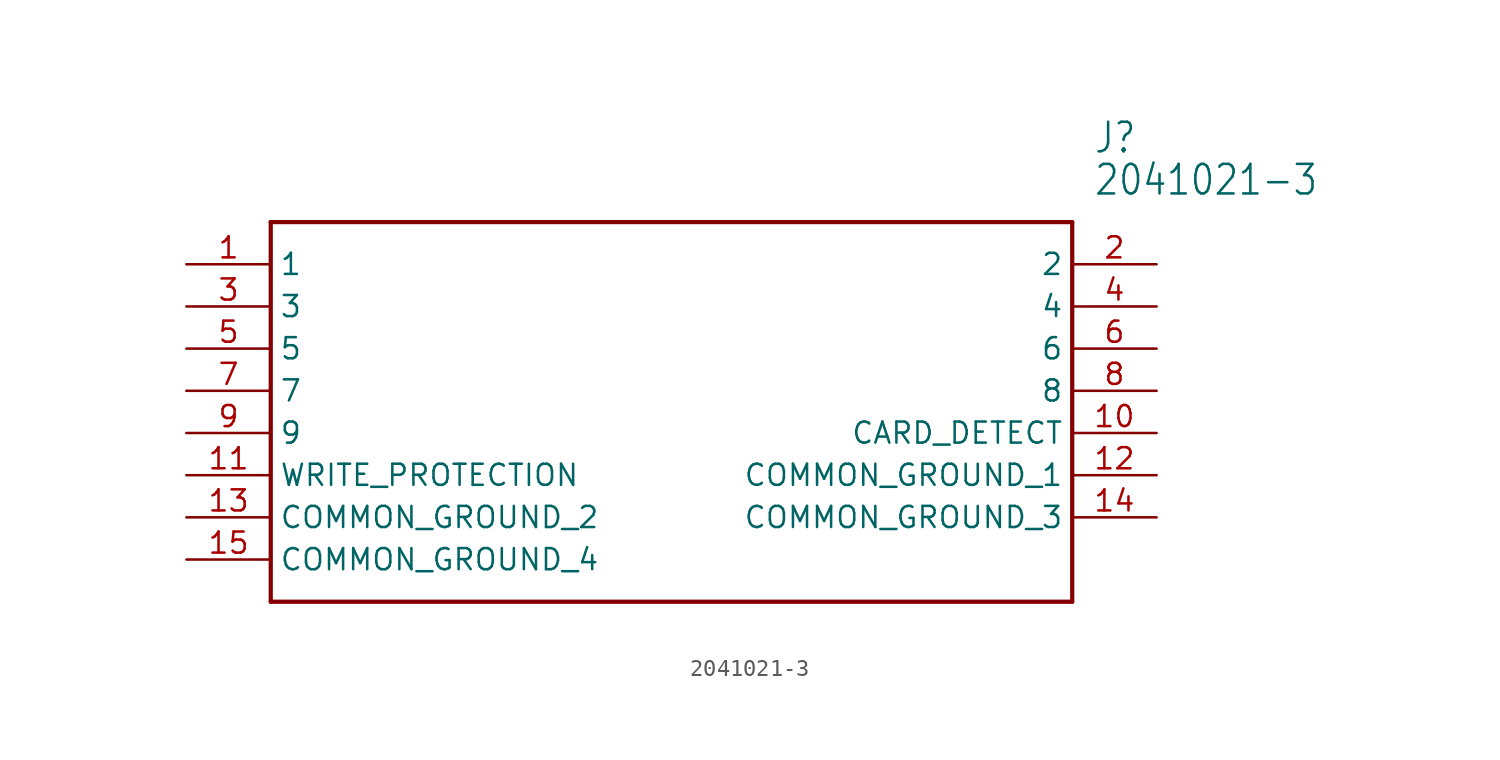
<source format=kicad_sym>
(kicad_symbol_lib
  (version 20211014)
  (generator kicad_symbol_editor)
  (symbol "2041021-3"
    (property "Reference" "J"
      (at 54.61 7.62 0)
      (effects (font (size 1.778 1.511)) (justify left)))
    (property "Value" "2041021-3"
      (at 54.61 5.08 0)
      (effects (font (size 1.778 1.511)) (justify left)))
    (property "ki_locked" ""
      (at 0 0 0)
      (effects (font (size 1.27 1.27))))
    (symbol "2041021-3_1_0"
      (polyline (pts (xy 5.08 2.54) (xy 5.08 -20.32)) (stroke (width 0.254) (type default) (color 0 0 0 0)) (fill (type none)))
      (polyline (pts (xy 5.08 2.54) (xy 53.34 2.54)) (stroke (width 0.254) (type default) (color 0 0 0 0)) (fill (type none)))
      (polyline (pts (xy 53.34 -20.32) (xy 5.08 -20.32)) (stroke (width 0.254) (type default) (color 0 0 0 0)) (fill (type none)))
      (polyline (pts (xy 53.34 -20.32) (xy 53.34 2.54)) (stroke (width 0.254) (type default) (color 0 0 0 0)) (fill (type none)))
      (pin bidirectional line (at 0 0 0) (length 5.08) (name "1" (effects (font (size 1.27 1.27)))) (number "1" (effects (font (size 1.27 1.27)))))
      (pin bidirectional line (at 58.42 -10.16 180) (length 5.08) (name "CARD_DETECT" (effects (font (size 1.27 1.27)))) (number "10" (effects (font (size 1.27 1.27)))))
      (pin bidirectional line (at 0 -12.7 0) (length 5.08) (name "WRITE_PROTECTION" (effects (font (size 1.27 1.27)))) (number "11" (effects (font (size 1.27 1.27)))))
      (pin bidirectional line (at 58.42 -12.7 180) (length 5.08) (name "COMMON_GROUND_1" (effects (font (size 1.27 1.27)))) (number "12" (effects (font (size 1.27 1.27)))))
      (pin bidirectional line (at 0 -15.24 0) (length 5.08) (name "COMMON_GROUND_2" (effects (font (size 1.27 1.27)))) (number "13" (effects (font (size 1.27 1.27)))))
      (pin bidirectional line (at 58.42 -15.24 180) (length 5.08) (name "COMMON_GROUND_3" (effects (font (size 1.27 1.27)))) (number "14" (effects (font (size 1.27 1.27)))))
      (pin bidirectional line (at 0 -17.78 0) (length 5.08) (name "COMMON_GROUND_4" (effects (font (size 1.27 1.27)))) (number "15" (effects (font (size 1.27 1.27)))))
      (pin bidirectional line (at 58.42 0 180) (length 5.08) (name "2" (effects (font (size 1.27 1.27)))) (number "2" (effects (font (size 1.27 1.27)))))
      (pin bidirectional line (at 0 -2.54 0) (length 5.08) (name "3" (effects (font (size 1.27 1.27)))) (number "3" (effects (font (size 1.27 1.27)))))
      (pin bidirectional line (at 58.42 -2.54 180) (length 5.08) (name "4" (effects (font (size 1.27 1.27)))) (number "4" (effects (font (size 1.27 1.27)))))
      (pin bidirectional line (at 0 -5.08 0) (length 5.08) (name "5" (effects (font (size 1.27 1.27)))) (number "5" (effects (font (size 1.27 1.27)))))
      (pin bidirectional line (at 58.42 -5.08 180) (length 5.08) (name "6" (effects (font (size 1.27 1.27)))) (number "6" (effects (font (size 1.27 1.27)))))
      (pin bidirectional line (at 0 -7.62 0) (length 5.08) (name "7" (effects (font (size 1.27 1.27)))) (number "7" (effects (font (size 1.27 1.27)))))
      (pin bidirectional line (at 58.42 -7.62 180) (length 5.08) (name "8" (effects (font (size 1.27 1.27)))) (number "8" (effects (font (size 1.27 1.27)))))
      (pin bidirectional line (at 0 -10.16 0) (length 5.08) (name "9" (effects (font (size 1.27 1.27)))) (number "9" (effects (font (size 1.27 1.27))))))))
</source>
